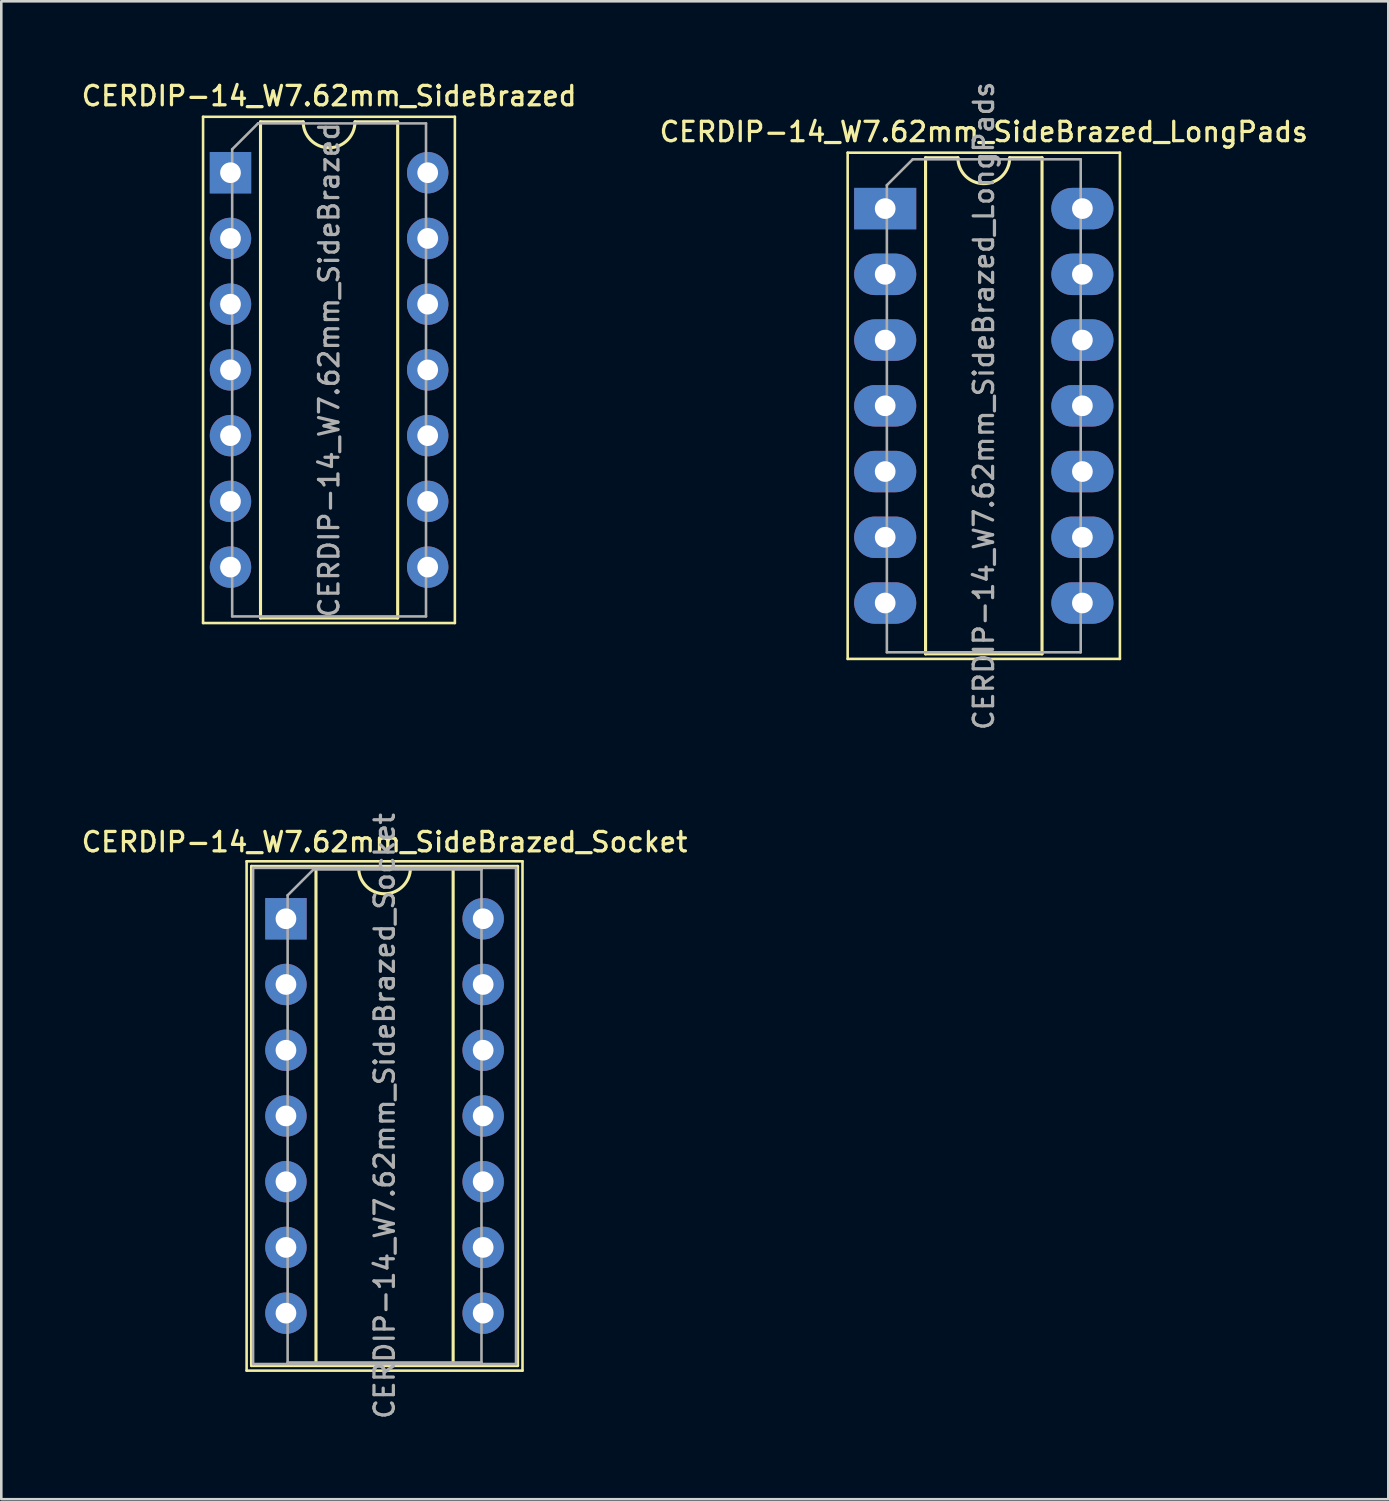
<source format=kicad_pcb>
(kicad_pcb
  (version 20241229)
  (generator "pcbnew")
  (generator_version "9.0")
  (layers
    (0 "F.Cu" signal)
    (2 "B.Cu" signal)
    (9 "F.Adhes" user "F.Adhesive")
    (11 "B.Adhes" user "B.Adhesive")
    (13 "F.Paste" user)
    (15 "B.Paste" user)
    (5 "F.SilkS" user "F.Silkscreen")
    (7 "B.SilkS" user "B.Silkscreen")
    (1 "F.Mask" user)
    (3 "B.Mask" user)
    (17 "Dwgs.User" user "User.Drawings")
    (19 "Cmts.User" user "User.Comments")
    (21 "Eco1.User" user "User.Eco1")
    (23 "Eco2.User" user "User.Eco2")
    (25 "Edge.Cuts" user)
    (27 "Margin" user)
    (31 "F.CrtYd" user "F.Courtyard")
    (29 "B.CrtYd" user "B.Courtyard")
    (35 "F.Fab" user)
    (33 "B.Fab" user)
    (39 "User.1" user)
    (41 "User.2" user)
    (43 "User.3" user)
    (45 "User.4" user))
  (footprint "CERDIP-14_W7.62mm_SideBrazed"
    (layer "F.Cu")
    (at 5.856 3.623)
    (property "Reference" "CERDIP-14_W7.62mm_SideBrazed" (at 3.81 -2.965 0) (layer "F.SilkS") (effects (font (size 0.75 0.75) (thickness 0.125))))
    (attr through_hole)
    (fp_line (start -1.06 -2.16) (end -1.06 17.4) (stroke (width 0.1) (type solid)) (layer "F.SilkS"))
    (fp_line (start -1.06 17.4) (end 8.67 17.4) (stroke (width 0.1) (type solid)) (layer "F.SilkS"))
    (fp_line (start 1.16 -1.965) (end 1.16 17.205) (stroke (width 0.12) (type solid)) (layer "F.SilkS"))
    (fp_line (start 1.16 17.205) (end 6.46 17.205) (stroke (width 0.12) (type solid)) (layer "F.SilkS"))
    (fp_line (start 2.81 -1.965) (end 1.16 -1.965) (stroke (width 0.12) (type solid)) (layer "F.SilkS"))
    (fp_line (start 6.46 -1.965) (end 4.81 -1.965) (stroke (width 0.12) (type solid)) (layer "F.SilkS"))
    (fp_line (start 6.46 17.205) (end 6.46 -1.965) (stroke (width 0.12) (type solid)) (layer "F.SilkS"))
    (fp_line (start 8.67 -2.16) (end -1.06 -2.16) (stroke (width 0.1) (type solid)) (layer "F.SilkS"))
    (fp_line (start 8.67 17.4) (end 8.67 -2.16) (stroke (width 0.1) (type solid)) (layer "F.SilkS"))
    (fp_arc (start 4.81 -1.965) (mid 3.81 -0.965) (end 2.81 -1.965) (stroke (width 0.12) (type solid)) (layer "F.SilkS"))
    (fp_line (start 0.065 -0.905) (end 1.065 -1.905) (stroke (width 0.1) (type solid)) (layer "F.Fab"))
    (fp_line (start 0.065 17.145) (end 0.065 -0.905) (stroke (width 0.1) (type solid)) (layer "F.Fab"))
    (fp_line (start 1.065 -1.905) (end 7.555 -1.905) (stroke (width 0.1) (type solid)) (layer "F.Fab"))
    (fp_line (start 7.555 -1.905) (end 7.555 17.145) (stroke (width 0.1) (type solid)) (layer "F.Fab"))
    (fp_line (start 7.555 17.145) (end 0.065 17.145) (stroke (width 0.1) (type solid)) (layer "F.Fab"))
    (fp_text user "${REFERENCE}" (at 3.81 7.62 90) (layer "F.Fab") (effects (font (size 0.75 0.75) (thickness 0.125))))
    (pad "1" thru_hole rect (at 0 0) (size 1.6 1.6) (drill 0.8) (layers "*.Cu" "*.Mask"))
    (pad "2" thru_hole circle (at 0 2.54) (size 1.6 1.6) (drill 0.8) (layers "*.Cu" "*.Mask"))
    (pad "3" thru_hole circle (at 0 5.08) (size 1.6 1.6) (drill 0.8) (layers "*.Cu" "*.Mask"))
    (pad "4" thru_hole circle (at 0 7.62) (size 1.6 1.6) (drill 0.8) (layers "*.Cu" "*.Mask"))
    (pad "5" thru_hole circle (at 0 10.16) (size 1.6 1.6) (drill 0.8) (layers "*.Cu" "*.Mask"))
    (pad "6" thru_hole circle (at 0 12.7) (size 1.6 1.6) (drill 0.8) (layers "*.Cu" "*.Mask"))
    (pad "7" thru_hole circle (at 0 15.24) (size 1.6 1.6) (drill 0.8) (layers "*.Cu" "*.Mask"))
    (pad "8" thru_hole circle (at 7.62 15.24) (size 1.6 1.6) (drill 0.8) (layers "*.Cu" "*.Mask"))
    (pad "9" thru_hole circle (at 7.62 12.7) (size 1.6 1.6) (drill 0.8) (layers "*.Cu" "*.Mask"))
    (pad "10" thru_hole circle (at 7.62 10.16) (size 1.6 1.6) (drill 0.8) (layers "*.Cu" "*.Mask"))
    (pad "11" thru_hole circle (at 7.62 7.62) (size 1.6 1.6) (drill 0.8) (layers "*.Cu" "*.Mask"))
    (pad "12" thru_hole circle (at 7.62 5.08) (size 1.6 1.6) (drill 0.8) (layers "*.Cu" "*.Mask"))
    (pad "13" thru_hole circle (at 7.62 2.54) (size 1.6 1.6) (drill 0.8) (layers "*.Cu" "*.Mask"))
    (pad "14" thru_hole circle (at 7.62 0) (size 1.6 1.6) (drill 0.8) (layers "*.Cu" "*.Mask")))
  (footprint "CERDIP-14_W7.62mm_SideBrazed_LongPads"
    (layer "F.Cu")
    (at 31.153 5.01)
    (property "Reference" "CERDIP-14_W7.62mm_SideBrazed_LongPads" (at 3.81 -2.965 0) (layer "F.SilkS") (effects (font (size 0.75 0.75) (thickness 0.125))))
    (attr through_hole)
    (fp_line (start -1.45 -2.16) (end -1.45 17.4) (stroke (width 0.1) (type solid)) (layer "F.SilkS"))
    (fp_line (start -1.45 17.4) (end 9.07 17.4) (stroke (width 0.1) (type solid)) (layer "F.SilkS"))
    (fp_line (start 1.56 -1.965) (end 1.56 17.205) (stroke (width 0.12) (type solid)) (layer "F.SilkS"))
    (fp_line (start 1.56 17.205) (end 6.06 17.205) (stroke (width 0.12) (type solid)) (layer "F.SilkS"))
    (fp_line (start 2.81 -1.965) (end 1.56 -1.965) (stroke (width 0.12) (type solid)) (layer "F.SilkS"))
    (fp_line (start 6.06 -1.965) (end 4.81 -1.965) (stroke (width 0.12) (type solid)) (layer "F.SilkS"))
    (fp_line (start 6.06 17.205) (end 6.06 -1.965) (stroke (width 0.12) (type solid)) (layer "F.SilkS"))
    (fp_line (start 9.07 -2.16) (end -1.45 -2.16) (stroke (width 0.1) (type solid)) (layer "F.SilkS"))
    (fp_line (start 9.07 17.4) (end 9.07 -2.16) (stroke (width 0.1) (type solid)) (layer "F.SilkS"))
    (fp_arc (start 4.81 -1.965) (mid 3.81 -0.965) (end 2.81 -1.965) (stroke (width 0.12) (type solid)) (layer "F.SilkS"))
    (fp_line (start 0.065 -0.905) (end 1.065 -1.905) (stroke (width 0.1) (type solid)) (layer "F.Fab"))
    (fp_line (start 0.065 17.145) (end 0.065 -0.905) (stroke (width 0.1) (type solid)) (layer "F.Fab"))
    (fp_line (start 1.065 -1.905) (end 7.555 -1.905) (stroke (width 0.1) (type solid)) (layer "F.Fab"))
    (fp_line (start 7.555 -1.905) (end 7.555 17.145) (stroke (width 0.1) (type solid)) (layer "F.Fab"))
    (fp_line (start 7.555 17.145) (end 0.065 17.145) (stroke (width 0.1) (type solid)) (layer "F.Fab"))
    (fp_text user "${REFERENCE}" (at 3.81 7.62 90) (layer "F.Fab") (effects (font (size 0.75 0.75) (thickness 0.125))))
    (pad "1" thru_hole rect (at 0 0) (size 2.4 1.6) (drill 0.8) (layers "*.Cu" "*.Mask"))
    (pad "2" thru_hole oval (at 0 2.54) (size 2.4 1.6) (drill 0.8) (layers "*.Cu" "*.Mask"))
    (pad "3" thru_hole oval (at 0 5.08) (size 2.4 1.6) (drill 0.8) (layers "*.Cu" "*.Mask"))
    (pad "4" thru_hole oval (at 0 7.62) (size 2.4 1.6) (drill 0.8) (layers "*.Cu" "*.Mask"))
    (pad "5" thru_hole oval (at 0 10.16) (size 2.4 1.6) (drill 0.8) (layers "*.Cu" "*.Mask"))
    (pad "6" thru_hole oval (at 0 12.7) (size 2.4 1.6) (drill 0.8) (layers "*.Cu" "*.Mask"))
    (pad "7" thru_hole oval (at 0 15.24) (size 2.4 1.6) (drill 0.8) (layers "*.Cu" "*.Mask"))
    (pad "8" thru_hole oval (at 7.62 15.24) (size 2.4 1.6) (drill 0.8) (layers "*.Cu" "*.Mask"))
    (pad "9" thru_hole oval (at 7.62 12.7) (size 2.4 1.6) (drill 0.8) (layers "*.Cu" "*.Mask"))
    (pad "10" thru_hole oval (at 7.62 10.16) (size 2.4 1.6) (drill 0.8) (layers "*.Cu" "*.Mask"))
    (pad "11" thru_hole oval (at 7.62 7.62) (size 2.4 1.6) (drill 0.8) (layers "*.Cu" "*.Mask"))
    (pad "12" thru_hole oval (at 7.62 5.08) (size 2.4 1.6) (drill 0.8) (layers "*.Cu" "*.Mask"))
    (pad "13" thru_hole oval (at 7.62 2.54) (size 2.4 1.6) (drill 0.8) (layers "*.Cu" "*.Mask"))
    (pad "14" thru_hole oval (at 7.62 0) (size 2.4 1.6) (drill 0.8) (layers "*.Cu" "*.Mask")))
  (footprint "CERDIP-14_W7.62mm_SideBrazed_Socket"
    (layer "F.Cu")
    (at 7.999 32.45)
    (property "Reference" "CERDIP-14_W7.62mm_SideBrazed_Socket" (at 3.81 -2.965 0) (layer "F.SilkS") (effects (font (size 0.75 0.75) (thickness 0.125))))
    (attr through_hole)
    (fp_line (start -1.52 -2.22) (end -1.52 17.46) (stroke (width 0.1) (type solid)) (layer "F.SilkS"))
    (fp_line (start -1.52 17.46) (end 9.14 17.46) (stroke (width 0.1) (type solid)) (layer "F.SilkS"))
    (fp_line (start -1.33 -2.025) (end -1.33 17.265) (stroke (width 0.12) (type solid)) (layer "F.SilkS"))
    (fp_line (start -1.33 17.265) (end 8.95 17.265) (stroke (width 0.12) (type solid)) (layer "F.SilkS"))
    (fp_line (start 1.16 -1.965) (end 1.16 17.205) (stroke (width 0.12) (type solid)) (layer "F.SilkS"))
    (fp_line (start 1.16 17.205) (end 6.46 17.205) (stroke (width 0.12) (type solid)) (layer "F.SilkS"))
    (fp_line (start 2.81 -1.965) (end 1.16 -1.965) (stroke (width 0.12) (type solid)) (layer "F.SilkS"))
    (fp_line (start 6.46 -1.965) (end 4.81 -1.965) (stroke (width 0.12) (type solid)) (layer "F.SilkS"))
    (fp_line (start 6.46 17.205) (end 6.46 -1.965) (stroke (width 0.12) (type solid)) (layer "F.SilkS"))
    (fp_line (start 8.95 -2.025) (end -1.33 -2.025) (stroke (width 0.12) (type solid)) (layer "F.SilkS"))
    (fp_line (start 8.95 17.265) (end 8.95 -2.025) (stroke (width 0.12) (type solid)) (layer "F.SilkS"))
    (fp_line (start 9.14 -2.22) (end -1.52 -2.22) (stroke (width 0.1) (type solid)) (layer "F.SilkS"))
    (fp_line (start 9.14 17.46) (end 9.14 -2.22) (stroke (width 0.1) (type solid)) (layer "F.SilkS"))
    (fp_arc (start 4.81 -1.965) (mid 3.81 -0.965) (end 2.81 -1.965) (stroke (width 0.12) (type solid)) (layer "F.SilkS"))
    (fp_line (start -1.27 -1.965) (end -1.27 17.205) (stroke (width 0.1) (type solid)) (layer "F.Fab"))
    (fp_line (start -1.27 17.205) (end 8.89 17.205) (stroke (width 0.1) (type solid)) (layer "F.Fab"))
    (fp_line (start 0.065 -0.905) (end 1.065 -1.905) (stroke (width 0.1) (type solid)) (layer "F.Fab"))
    (fp_line (start 0.065 17.145) (end 0.065 -0.905) (stroke (width 0.1) (type solid)) (layer "F.Fab"))
    (fp_line (start 1.065 -1.905) (end 7.555 -1.905) (stroke (width 0.1) (type solid)) (layer "F.Fab"))
    (fp_line (start 7.555 -1.905) (end 7.555 17.145) (stroke (width 0.1) (type solid)) (layer "F.Fab"))
    (fp_line (start 7.555 17.145) (end 0.065 17.145) (stroke (width 0.1) (type solid)) (layer "F.Fab"))
    (fp_line (start 8.89 -1.965) (end -1.27 -1.965) (stroke (width 0.1) (type solid)) (layer "F.Fab"))
    (fp_line (start 8.89 17.205) (end 8.89 -1.965) (stroke (width 0.1) (type solid)) (layer "F.Fab"))
    (fp_text user "${REFERENCE}" (at 3.81 7.62 90) (layer "F.Fab") (effects (font (size 0.75 0.75) (thickness 0.125))))
    (pad "1" thru_hole rect (at 0 0) (size 1.6 1.6) (drill 0.8) (layers "*.Cu" "*.Mask"))
    (pad "2" thru_hole circle (at 0 2.54) (size 1.6 1.6) (drill 0.8) (layers "*.Cu" "*.Mask"))
    (pad "3" thru_hole circle (at 0 5.08) (size 1.6 1.6) (drill 0.8) (layers "*.Cu" "*.Mask"))
    (pad "4" thru_hole circle (at 0 7.62) (size 1.6 1.6) (drill 0.8) (layers "*.Cu" "*.Mask"))
    (pad "5" thru_hole circle (at 0 10.16) (size 1.6 1.6) (drill 0.8) (layers "*.Cu" "*.Mask"))
    (pad "6" thru_hole circle (at 0 12.7) (size 1.6 1.6) (drill 0.8) (layers "*.Cu" "*.Mask"))
    (pad "7" thru_hole circle (at 0 15.24) (size 1.6 1.6) (drill 0.8) (layers "*.Cu" "*.Mask"))
    (pad "8" thru_hole circle (at 7.62 15.24) (size 1.6 1.6) (drill 0.8) (layers "*.Cu" "*.Mask"))
    (pad "9" thru_hole circle (at 7.62 12.7) (size 1.6 1.6) (drill 0.8) (layers "*.Cu" "*.Mask"))
    (pad "10" thru_hole circle (at 7.62 10.16) (size 1.6 1.6) (drill 0.8) (layers "*.Cu" "*.Mask"))
    (pad "11" thru_hole circle (at 7.62 7.62) (size 1.6 1.6) (drill 0.8) (layers "*.Cu" "*.Mask"))
    (pad "12" thru_hole circle (at 7.62 5.08) (size 1.6 1.6) (drill 0.8) (layers "*.Cu" "*.Mask"))
    (pad "13" thru_hole circle (at 7.62 2.54) (size 1.6 1.6) (drill 0.8) (layers "*.Cu" "*.Mask"))
    (pad "14" thru_hole circle (at 7.62 0) (size 1.6 1.6) (drill 0.8) (layers "*.Cu" "*.Mask")))
  (gr_rect
    (start -3 -3)
    (end 50.593 54.879)
    (stroke (width 0.1) (type default))
    (fill no)
    (layer "Edge.Cuts")))
</source>
